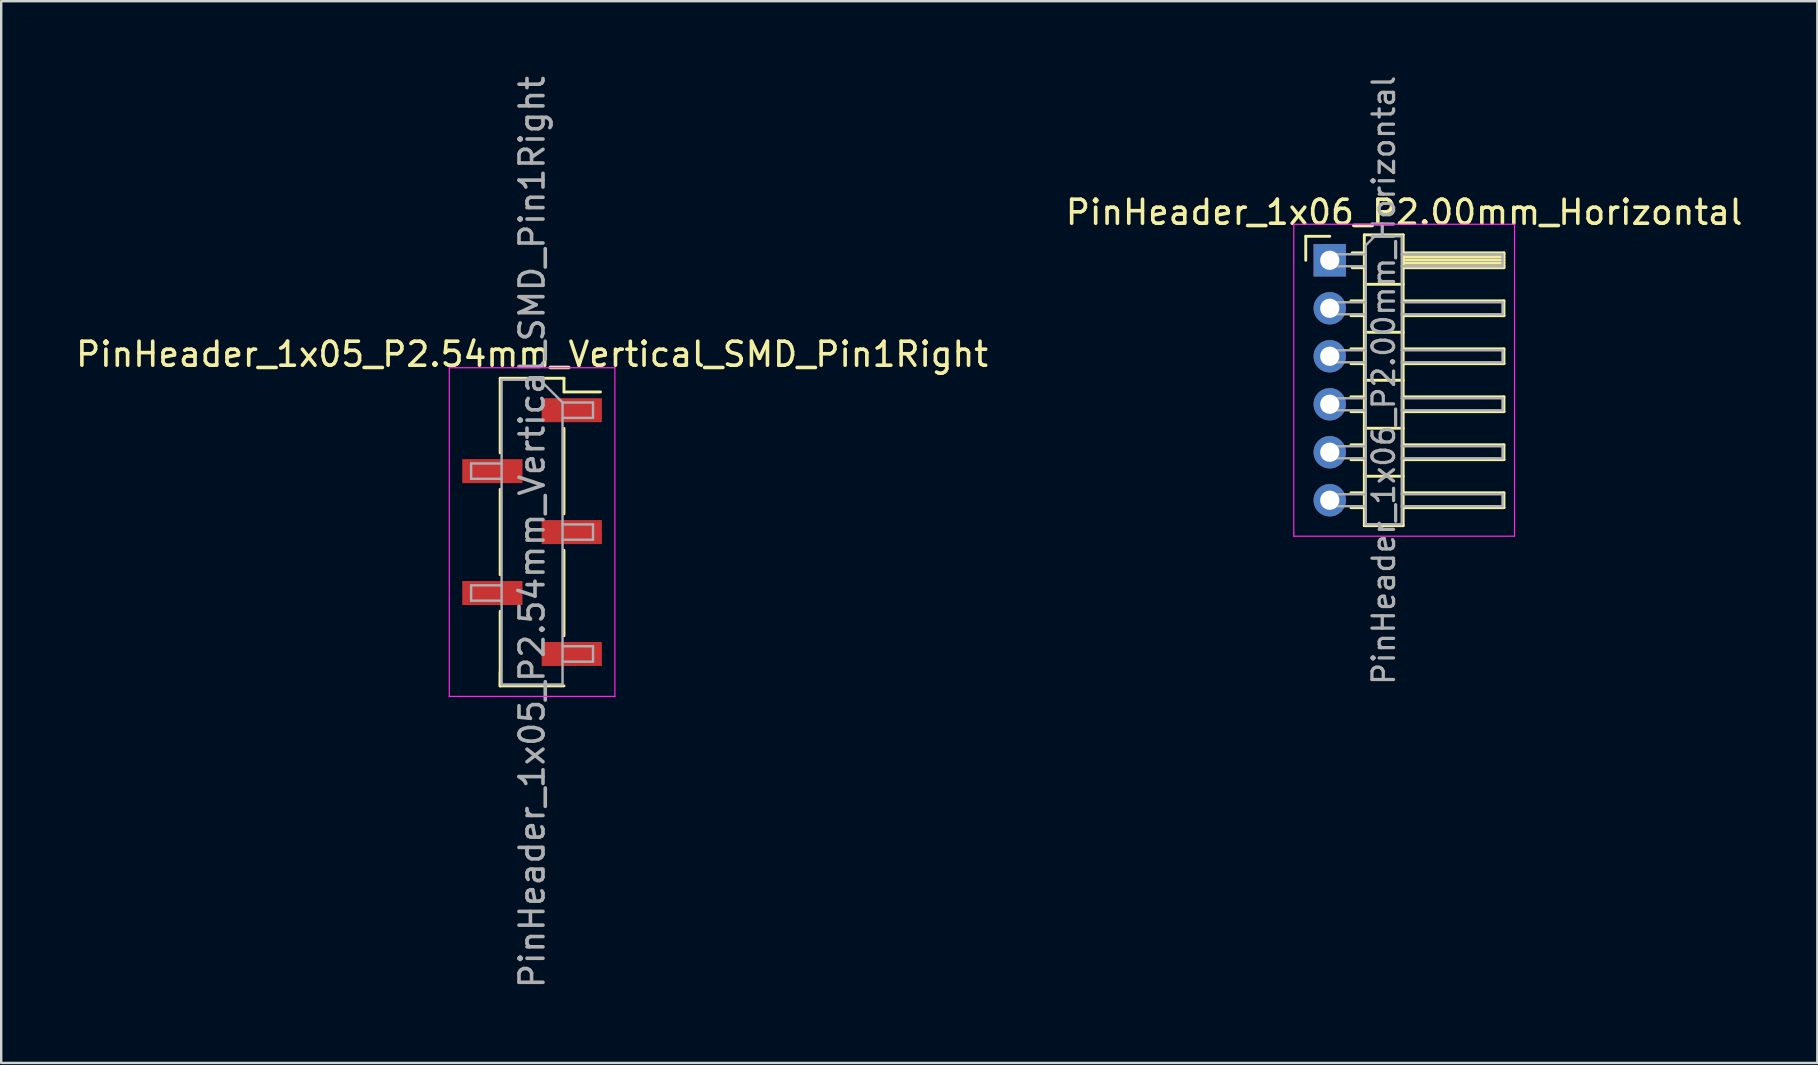
<source format=kicad_pcb>
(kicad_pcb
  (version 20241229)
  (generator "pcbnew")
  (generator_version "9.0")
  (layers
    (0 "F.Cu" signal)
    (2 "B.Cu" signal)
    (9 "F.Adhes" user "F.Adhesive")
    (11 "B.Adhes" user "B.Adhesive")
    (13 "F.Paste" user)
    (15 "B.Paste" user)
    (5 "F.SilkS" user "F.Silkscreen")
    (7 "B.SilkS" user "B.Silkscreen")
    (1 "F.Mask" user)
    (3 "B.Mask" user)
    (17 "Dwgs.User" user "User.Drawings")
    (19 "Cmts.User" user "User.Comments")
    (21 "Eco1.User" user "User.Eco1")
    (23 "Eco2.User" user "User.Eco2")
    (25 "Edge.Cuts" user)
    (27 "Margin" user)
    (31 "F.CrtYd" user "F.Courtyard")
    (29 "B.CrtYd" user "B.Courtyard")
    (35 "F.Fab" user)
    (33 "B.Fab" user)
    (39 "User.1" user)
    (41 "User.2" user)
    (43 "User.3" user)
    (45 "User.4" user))
  (footprint "PinHeader_1x06_P2.00mm_Horizontal"
    (layer "F.Cu")
    (at 52.37 7.798)
    (property "Reference" "PinHeader_1x06_P2.00mm_Horizontal" (at 3.1 -2 0) (layer "F.SilkS") (effects (font (size 1 1) (thickness 0.15))))
    (attr through_hole)
    (fp_line (start -1 -1) (end 0 -1) (stroke (width 0.12) (type solid)) (layer "F.SilkS"))
    (fp_line (start -1 0) (end -1 -1) (stroke (width 0.12) (type solid)) (layer "F.SilkS"))
    (fp_line (start 0.882 1.69) (end 1.44 1.69) (stroke (width 0.12) (type solid)) (layer "F.SilkS"))
    (fp_line (start 0.882 2.31) (end 1.44 2.31) (stroke (width 0.12) (type solid)) (layer "F.SilkS"))
    (fp_line (start 0.882 3.69) (end 1.44 3.69) (stroke (width 0.12) (type solid)) (layer "F.SilkS"))
    (fp_line (start 0.882 4.31) (end 1.44 4.31) (stroke (width 0.12) (type solid)) (layer "F.SilkS"))
    (fp_line (start 0.882 5.69) (end 1.44 5.69) (stroke (width 0.12) (type solid)) (layer "F.SilkS"))
    (fp_line (start 0.882 6.31) (end 1.44 6.31) (stroke (width 0.12) (type solid)) (layer "F.SilkS"))
    (fp_line (start 0.882 7.69) (end 1.44 7.69) (stroke (width 0.12) (type solid)) (layer "F.SilkS"))
    (fp_line (start 0.882 8.31) (end 1.44 8.31) (stroke (width 0.12) (type solid)) (layer "F.SilkS"))
    (fp_line (start 0.882 9.69) (end 1.44 9.69) (stroke (width 0.12) (type solid)) (layer "F.SilkS"))
    (fp_line (start 0.882 10.31) (end 1.44 10.31) (stroke (width 0.12) (type solid)) (layer "F.SilkS"))
    (fp_line (start 0.935 -0.31) (end 1.44 -0.31) (stroke (width 0.12) (type solid)) (layer "F.SilkS"))
    (fp_line (start 0.935 0.31) (end 1.44 0.31) (stroke (width 0.12) (type solid)) (layer "F.SilkS"))
    (fp_line (start 1.44 -1.06) (end 1.44 11.06) (stroke (width 0.12) (type solid)) (layer "F.SilkS"))
    (fp_line (start 1.44 1) (end 3.06 1) (stroke (width 0.12) (type solid)) (layer "F.SilkS"))
    (fp_line (start 1.44 3) (end 3.06 3) (stroke (width 0.12) (type solid)) (layer "F.SilkS"))
    (fp_line (start 1.44 5) (end 3.06 5) (stroke (width 0.12) (type solid)) (layer "F.SilkS"))
    (fp_line (start 1.44 7) (end 3.06 7) (stroke (width 0.12) (type solid)) (layer "F.SilkS"))
    (fp_line (start 1.44 9) (end 3.06 9) (stroke (width 0.12) (type solid)) (layer "F.SilkS"))
    (fp_line (start 1.44 11.06) (end 3.06 11.06) (stroke (width 0.12) (type solid)) (layer "F.SilkS"))
    (fp_line (start 3.06 -1.06) (end 1.44 -1.06) (stroke (width 0.12) (type solid)) (layer "F.SilkS"))
    (fp_line (start 3.06 -0.31) (end 7.26 -0.31) (stroke (width 0.12) (type solid)) (layer "F.SilkS"))
    (fp_line (start 3.06 -0.25) (end 7.26 -0.25) (stroke (width 0.12) (type solid)) (layer "F.SilkS"))
    (fp_line (start 3.06 -0.13) (end 7.26 -0.13) (stroke (width 0.12) (type solid)) (layer "F.SilkS"))
    (fp_line (start 3.06 -0.01) (end 7.26 -0.01) (stroke (width 0.12) (type solid)) (layer "F.SilkS"))
    (fp_line (start 3.06 0.11) (end 7.26 0.11) (stroke (width 0.12) (type solid)) (layer "F.SilkS"))
    (fp_line (start 3.06 0.23) (end 7.26 0.23) (stroke (width 0.12) (type solid)) (layer "F.SilkS"))
    (fp_line (start 3.06 1.69) (end 7.26 1.69) (stroke (width 0.12) (type solid)) (layer "F.SilkS"))
    (fp_line (start 3.06 3.69) (end 7.26 3.69) (stroke (width 0.12) (type solid)) (layer "F.SilkS"))
    (fp_line (start 3.06 5.69) (end 7.26 5.69) (stroke (width 0.12) (type solid)) (layer "F.SilkS"))
    (fp_line (start 3.06 7.69) (end 7.26 7.69) (stroke (width 0.12) (type solid)) (layer "F.SilkS"))
    (fp_line (start 3.06 9.69) (end 7.26 9.69) (stroke (width 0.12) (type solid)) (layer "F.SilkS"))
    (fp_line (start 3.06 11.06) (end 3.06 -1.06) (stroke (width 0.12) (type solid)) (layer "F.SilkS"))
    (fp_line (start 7.26 -0.31) (end 7.26 0.31) (stroke (width 0.12) (type solid)) (layer "F.SilkS"))
    (fp_line (start 7.26 0.31) (end 3.06 0.31) (stroke (width 0.12) (type solid)) (layer "F.SilkS"))
    (fp_line (start 7.26 1.69) (end 7.26 2.31) (stroke (width 0.12) (type solid)) (layer "F.SilkS"))
    (fp_line (start 7.26 2.31) (end 3.06 2.31) (stroke (width 0.12) (type solid)) (layer "F.SilkS"))
    (fp_line (start 7.26 3.69) (end 7.26 4.31) (stroke (width 0.12) (type solid)) (layer "F.SilkS"))
    (fp_line (start 7.26 4.31) (end 3.06 4.31) (stroke (width 0.12) (type solid)) (layer "F.SilkS"))
    (fp_line (start 7.26 5.69) (end 7.26 6.31) (stroke (width 0.12) (type solid)) (layer "F.SilkS"))
    (fp_line (start 7.26 6.31) (end 3.06 6.31) (stroke (width 0.12) (type solid)) (layer "F.SilkS"))
    (fp_line (start 7.26 7.69) (end 7.26 8.31) (stroke (width 0.12) (type solid)) (layer "F.SilkS"))
    (fp_line (start 7.26 8.31) (end 3.06 8.31) (stroke (width 0.12) (type solid)) (layer "F.SilkS"))
    (fp_line (start 7.26 9.69) (end 7.26 10.31) (stroke (width 0.12) (type solid)) (layer "F.SilkS"))
    (fp_line (start 7.26 10.31) (end 3.06 10.31) (stroke (width 0.12) (type solid)) (layer "F.SilkS"))
    (fp_line (start -1.5 -1.5) (end -1.5 11.5) (stroke (width 0.05) (type solid)) (layer "F.CrtYd"))
    (fp_line (start -1.5 11.5) (end 7.7 11.5) (stroke (width 0.05) (type solid)) (layer "F.CrtYd"))
    (fp_line (start 7.7 -1.5) (end -1.5 -1.5) (stroke (width 0.05) (type solid)) (layer "F.CrtYd"))
    (fp_line (start 7.7 11.5) (end 7.7 -1.5) (stroke (width 0.05) (type solid)) (layer "F.CrtYd"))
    (fp_line (start -0.25 -0.25) (end -0.25 0.25) (stroke (width 0.1) (type solid)) (layer "F.Fab"))
    (fp_line (start -0.25 -0.25) (end 1.5 -0.25) (stroke (width 0.1) (type solid)) (layer "F.Fab"))
    (fp_line (start -0.25 0.25) (end 1.5 0.25) (stroke (width 0.1) (type solid)) (layer "F.Fab"))
    (fp_line (start -0.25 1.75) (end -0.25 2.25) (stroke (width 0.1) (type solid)) (layer "F.Fab"))
    (fp_line (start -0.25 1.75) (end 1.5 1.75) (stroke (width 0.1) (type solid)) (layer "F.Fab"))
    (fp_line (start -0.25 2.25) (end 1.5 2.25) (stroke (width 0.1) (type solid)) (layer "F.Fab"))
    (fp_line (start -0.25 3.75) (end -0.25 4.25) (stroke (width 0.1) (type solid)) (layer "F.Fab"))
    (fp_line (start -0.25 3.75) (end 1.5 3.75) (stroke (width 0.1) (type solid)) (layer "F.Fab"))
    (fp_line (start -0.25 4.25) (end 1.5 4.25) (stroke (width 0.1) (type solid)) (layer "F.Fab"))
    (fp_line (start -0.25 5.75) (end -0.25 6.25) (stroke (width 0.1) (type solid)) (layer "F.Fab"))
    (fp_line (start -0.25 5.75) (end 1.5 5.75) (stroke (width 0.1) (type solid)) (layer "F.Fab"))
    (fp_line (start -0.25 6.25) (end 1.5 6.25) (stroke (width 0.1) (type solid)) (layer "F.Fab"))
    (fp_line (start -0.25 7.75) (end -0.25 8.25) (stroke (width 0.1) (type solid)) (layer "F.Fab"))
    (fp_line (start -0.25 7.75) (end 1.5 7.75) (stroke (width 0.1) (type solid)) (layer "F.Fab"))
    (fp_line (start -0.25 8.25) (end 1.5 8.25) (stroke (width 0.1) (type solid)) (layer "F.Fab"))
    (fp_line (start -0.25 9.75) (end -0.25 10.25) (stroke (width 0.1) (type solid)) (layer "F.Fab"))
    (fp_line (start -0.25 9.75) (end 1.5 9.75) (stroke (width 0.1) (type solid)) (layer "F.Fab"))
    (fp_line (start -0.25 10.25) (end 1.5 10.25) (stroke (width 0.1) (type solid)) (layer "F.Fab"))
    (fp_line (start 1.5 -0.625) (end 1.875 -1) (stroke (width 0.1) (type solid)) (layer "F.Fab"))
    (fp_line (start 1.5 11) (end 1.5 -0.625) (stroke (width 0.1) (type solid)) (layer "F.Fab"))
    (fp_line (start 1.875 -1) (end 3 -1) (stroke (width 0.1) (type solid)) (layer "F.Fab"))
    (fp_line (start 3 -1) (end 3 11) (stroke (width 0.1) (type solid)) (layer "F.Fab"))
    (fp_line (start 3 -0.25) (end 7.2 -0.25) (stroke (width 0.1) (type solid)) (layer "F.Fab"))
    (fp_line (start 3 0.25) (end 7.2 0.25) (stroke (width 0.1) (type solid)) (layer "F.Fab"))
    (fp_line (start 3 1.75) (end 7.2 1.75) (stroke (width 0.1) (type solid)) (layer "F.Fab"))
    (fp_line (start 3 2.25) (end 7.2 2.25) (stroke (width 0.1) (type solid)) (layer "F.Fab"))
    (fp_line (start 3 3.75) (end 7.2 3.75) (stroke (width 0.1) (type solid)) (layer "F.Fab"))
    (fp_line (start 3 4.25) (end 7.2 4.25) (stroke (width 0.1) (type solid)) (layer "F.Fab"))
    (fp_line (start 3 5.75) (end 7.2 5.75) (stroke (width 0.1) (type solid)) (layer "F.Fab"))
    (fp_line (start 3 6.25) (end 7.2 6.25) (stroke (width 0.1) (type solid)) (layer "F.Fab"))
    (fp_line (start 3 7.75) (end 7.2 7.75) (stroke (width 0.1) (type solid)) (layer "F.Fab"))
    (fp_line (start 3 8.25) (end 7.2 8.25) (stroke (width 0.1) (type solid)) (layer "F.Fab"))
    (fp_line (start 3 9.75) (end 7.2 9.75) (stroke (width 0.1) (type solid)) (layer "F.Fab"))
    (fp_line (start 3 10.25) (end 7.2 10.25) (stroke (width 0.1) (type solid)) (layer "F.Fab"))
    (fp_line (start 3 11) (end 1.5 11) (stroke (width 0.1) (type solid)) (layer "F.Fab"))
    (fp_line (start 7.2 -0.25) (end 7.2 0.25) (stroke (width 0.1) (type solid)) (layer "F.Fab"))
    (fp_line (start 7.2 1.75) (end 7.2 2.25) (stroke (width 0.1) (type solid)) (layer "F.Fab"))
    (fp_line (start 7.2 3.75) (end 7.2 4.25) (stroke (width 0.1) (type solid)) (layer "F.Fab"))
    (fp_line (start 7.2 5.75) (end 7.2 6.25) (stroke (width 0.1) (type solid)) (layer "F.Fab"))
    (fp_line (start 7.2 7.75) (end 7.2 8.25) (stroke (width 0.1) (type solid)) (layer "F.Fab"))
    (fp_line (start 7.2 9.75) (end 7.2 10.25) (stroke (width 0.1) (type solid)) (layer "F.Fab"))
    (fp_text user "${REFERENCE}" (at 2.25 5 90) (layer "F.Fab") (effects (font (size 0.9 0.9) (thickness 0.135))))
    (pad "1" thru_hole rect (at 0 0) (size 1.35 1.35) (drill 0.8) (layers "*.Cu" "*.Mask"))
    (pad "2" thru_hole oval (at 0 2) (size 1.35 1.35) (drill 0.8) (layers "*.Cu" "*.Mask"))
    (pad "3" thru_hole oval (at 0 4) (size 1.35 1.35) (drill 0.8) (layers "*.Cu" "*.Mask"))
    (pad "4" thru_hole oval (at 0 6) (size 1.35 1.35) (drill 0.8) (layers "*.Cu" "*.Mask"))
    (pad "5" thru_hole oval (at 0 8) (size 1.35 1.35) (drill 0.8) (layers "*.Cu" "*.Mask"))
    (pad "6" thru_hole oval (at 0 10) (size 1.35 1.35) (drill 0.8) (layers "*.Cu" "*.Mask")))
  (footprint "PinHeader_1x05_P2.54mm_Vertical_SMD_Pin1Right"
    (layer "F.Cu")
    (at 19.125 19.125)
    (property "Reference" "PinHeader_1x05_P2.54mm_Vertical_SMD_Pin1Right" (at 0 -7.41 0) (layer "F.SilkS") (effects (font (size 1 1) (thickness 0.15))))
    (attr smd)
    (fp_line (start -1.33 -6.41) (end -1.33 -3.3) (stroke (width 0.12) (type solid)) (layer "F.SilkS"))
    (fp_line (start -1.33 -6.41) (end 1.33 -6.41) (stroke (width 0.12) (type solid)) (layer "F.SilkS"))
    (fp_line (start -1.33 -1.78) (end -1.33 1.78) (stroke (width 0.12) (type solid)) (layer "F.SilkS"))
    (fp_line (start -1.33 3.3) (end -1.33 6.41) (stroke (width 0.12) (type solid)) (layer "F.SilkS"))
    (fp_line (start -1.33 5.84) (end -1.33 6.41) (stroke (width 0.12) (type solid)) (layer "F.SilkS"))
    (fp_line (start -1.33 6.41) (end 1.33 6.41) (stroke (width 0.12) (type solid)) (layer "F.SilkS"))
    (fp_line (start 1.33 -6.41) (end 1.33 -5.84) (stroke (width 0.12) (type solid)) (layer "F.SilkS"))
    (fp_line (start 1.33 -5.84) (end 2.85 -5.84) (stroke (width 0.12) (type solid)) (layer "F.SilkS"))
    (fp_line (start 1.33 -4.32) (end 1.33 -0.76) (stroke (width 0.12) (type solid)) (layer "F.SilkS"))
    (fp_line (start 1.33 0.76) (end 1.33 4.32) (stroke (width 0.12) (type solid)) (layer "F.SilkS"))
    (fp_line (start -3.45 -6.85) (end -3.45 6.85) (stroke (width 0.05) (type solid)) (layer "F.CrtYd"))
    (fp_line (start -3.45 6.85) (end 3.45 6.85) (stroke (width 0.05) (type solid)) (layer "F.CrtYd"))
    (fp_line (start 3.45 -6.85) (end -3.45 -6.85) (stroke (width 0.05) (type solid)) (layer "F.CrtYd"))
    (fp_line (start 3.45 6.85) (end 3.45 -6.85) (stroke (width 0.05) (type solid)) (layer "F.CrtYd"))
    (fp_line (start -2.54 -2.86) (end -2.54 -2.22) (stroke (width 0.1) (type solid)) (layer "F.Fab"))
    (fp_line (start -2.54 -2.22) (end -1.27 -2.22) (stroke (width 0.1) (type solid)) (layer "F.Fab"))
    (fp_line (start -2.54 2.22) (end -2.54 2.86) (stroke (width 0.1) (type solid)) (layer "F.Fab"))
    (fp_line (start -2.54 2.86) (end -1.27 2.86) (stroke (width 0.1) (type solid)) (layer "F.Fab"))
    (fp_line (start -1.27 -6.35) (end -1.27 6.35) (stroke (width 0.1) (type solid)) (layer "F.Fab"))
    (fp_line (start -1.27 -6.35) (end 0.32 -6.35) (stroke (width 0.1) (type solid)) (layer "F.Fab"))
    (fp_line (start -1.27 -2.86) (end -2.54 -2.86) (stroke (width 0.1) (type solid)) (layer "F.Fab"))
    (fp_line (start -1.27 2.22) (end -2.54 2.22) (stroke (width 0.1) (type solid)) (layer "F.Fab"))
    (fp_line (start 1.27 -5.4) (end 0.32 -6.35) (stroke (width 0.1) (type solid)) (layer "F.Fab"))
    (fp_line (start 1.27 -5.4) (end 2.54 -5.4) (stroke (width 0.1) (type solid)) (layer "F.Fab"))
    (fp_line (start 1.27 -0.32) (end 2.54 -0.32) (stroke (width 0.1) (type solid)) (layer "F.Fab"))
    (fp_line (start 1.27 4.76) (end 2.54 4.76) (stroke (width 0.1) (type solid)) (layer "F.Fab"))
    (fp_line (start 1.27 6.35) (end -1.27 6.35) (stroke (width 0.1) (type solid)) (layer "F.Fab"))
    (fp_line (start 1.27 6.35) (end 1.27 -5.4) (stroke (width 0.1) (type solid)) (layer "F.Fab"))
    (fp_line (start 2.54 -5.4) (end 2.54 -4.76) (stroke (width 0.1) (type solid)) (layer "F.Fab"))
    (fp_line (start 2.54 -4.76) (end 1.27 -4.76) (stroke (width 0.1) (type solid)) (layer "F.Fab"))
    (fp_line (start 2.54 -0.32) (end 2.54 0.32) (stroke (width 0.1) (type solid)) (layer "F.Fab"))
    (fp_line (start 2.54 0.32) (end 1.27 0.32) (stroke (width 0.1) (type solid)) (layer "F.Fab"))
    (fp_line (start 2.54 4.76) (end 2.54 5.4) (stroke (width 0.1) (type solid)) (layer "F.Fab"))
    (fp_line (start 2.54 5.4) (end 1.27 5.4) (stroke (width 0.1) (type solid)) (layer "F.Fab"))
    (fp_text user "${REFERENCE}" (at 0 0 90) (layer "F.Fab") (effects (font (size 1 1) (thickness 0.15))))
    (pad "1" smd rect (at 1.655 -5.08) (size 2.51 1) (layers "F.Cu" "F.Mask" "F.Paste"))
    (pad "2" smd rect (at -1.655 -2.54) (size 2.51 1) (layers "F.Cu" "F.Mask" "F.Paste"))
    (pad "3" smd rect (at 1.655 0) (size 2.51 1) (layers "F.Cu" "F.Mask" "F.Paste"))
    (pad "4" smd rect (at -1.655 2.54) (size 2.51 1) (layers "F.Cu" "F.Mask" "F.Paste"))
    (pad "5" smd rect (at 1.655 5.08) (size 2.51 1) (layers "F.Cu" "F.Mask" "F.Paste")))
  (gr_rect
    (start -3 -3)
    (end 72.69 41.25)
    (stroke (width 0.1) (type default))
    (fill no)
    (layer "Edge.Cuts")))
</source>
